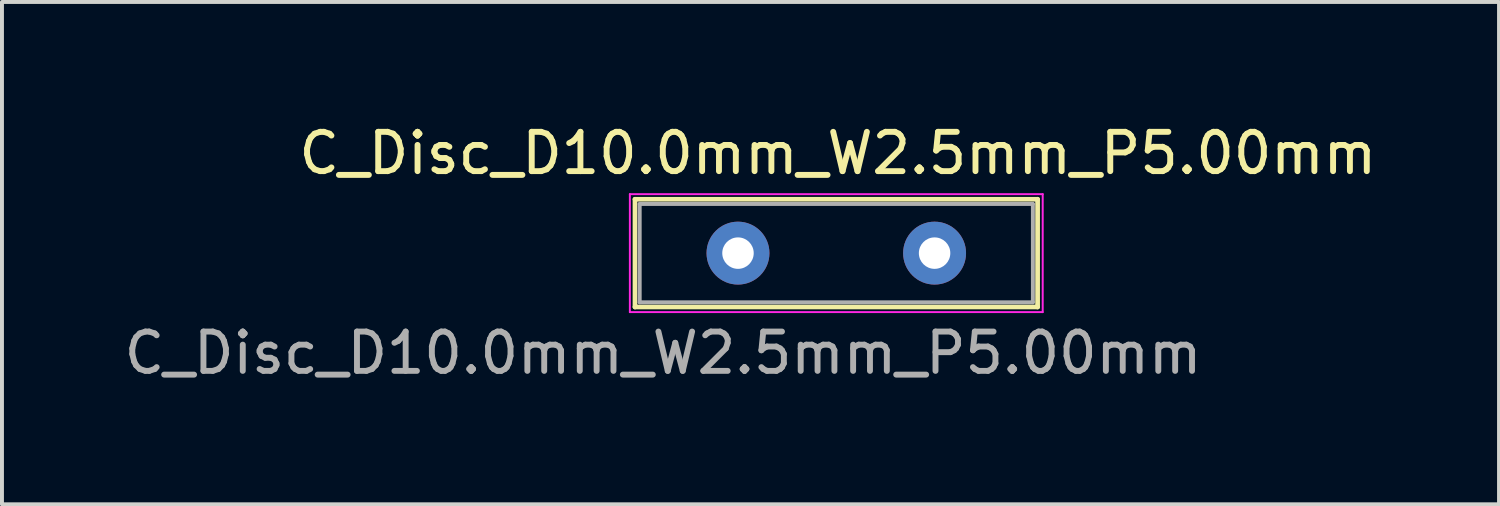
<source format=kicad_pcb>
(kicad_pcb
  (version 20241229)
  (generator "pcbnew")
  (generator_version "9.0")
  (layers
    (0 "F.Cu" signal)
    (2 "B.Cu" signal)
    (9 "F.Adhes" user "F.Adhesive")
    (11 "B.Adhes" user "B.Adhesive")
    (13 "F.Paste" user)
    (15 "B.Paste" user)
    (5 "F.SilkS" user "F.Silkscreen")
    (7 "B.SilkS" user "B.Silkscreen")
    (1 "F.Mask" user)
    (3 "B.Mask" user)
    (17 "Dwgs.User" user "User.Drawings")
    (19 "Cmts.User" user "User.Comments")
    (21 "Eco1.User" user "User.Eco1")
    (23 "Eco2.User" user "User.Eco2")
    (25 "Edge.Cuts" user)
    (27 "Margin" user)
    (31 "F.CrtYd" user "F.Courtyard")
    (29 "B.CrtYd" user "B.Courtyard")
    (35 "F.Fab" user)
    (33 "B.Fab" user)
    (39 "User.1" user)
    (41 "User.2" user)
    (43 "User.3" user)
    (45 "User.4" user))
  (footprint "C_Disc_D10.0mm_W2.5mm_P5.00mm"
    (layer "F.Cu")
    (at 15.72 3.388)
    (property "Reference" "C_Disc_D10.0mm_W2.5mm_P5.00mm" (at 2.54 -2.54 0) (layer "F.SilkS") (effects (font (size 1 1) (thickness 0.15))))
    (attr through_hole)
    (fp_line (start -2.62 -1.37) (end -2.62 1.37) (stroke (width 0.12) (type solid)) (layer "F.SilkS"))
    (fp_line (start -2.62 -1.37) (end 7.62 -1.37) (stroke (width 0.12) (type solid)) (layer "F.SilkS"))
    (fp_line (start -2.62 1.37) (end 7.62 1.37) (stroke (width 0.12) (type solid)) (layer "F.SilkS"))
    (fp_line (start 7.62 -1.37) (end 7.62 1.37) (stroke (width 0.12) (type solid)) (layer "F.SilkS"))
    (fp_line (start -2.75 -1.5) (end -2.75 1.5) (stroke (width 0.05) (type solid)) (layer "F.CrtYd"))
    (fp_line (start -2.75 1.5) (end 7.75 1.5) (stroke (width 0.05) (type solid)) (layer "F.CrtYd"))
    (fp_line (start 7.75 -1.5) (end -2.75 -1.5) (stroke (width 0.05) (type solid)) (layer "F.CrtYd"))
    (fp_line (start 7.75 1.5) (end 7.75 -1.5) (stroke (width 0.05) (type solid)) (layer "F.CrtYd"))
    (fp_line (start -2.5 -1.25) (end -2.5 1.25) (stroke (width 0.1) (type solid)) (layer "F.Fab"))
    (fp_line (start -2.5 1.25) (end 7.5 1.25) (stroke (width 0.1) (type solid)) (layer "F.Fab"))
    (fp_line (start 7.5 -1.25) (end -2.5 -1.25) (stroke (width 0.1) (type solid)) (layer "F.Fab"))
    (fp_line (start 7.5 1.25) (end 7.5 -1.25) (stroke (width 0.1) (type solid)) (layer "F.Fab"))
    (fp_text user "${REFERENCE}" (at -1.905 2.54 180) (layer "F.Fab") (effects (font (size 1 1) (thickness 0.15))))
    (pad "1" thru_hole circle (at 0 0) (size 1.6 1.6) (drill 0.8) (layers "*.Cu" "*.Mask"))
    (pad "2" thru_hole circle (at 5 0) (size 1.6 1.6) (drill 0.8) (layers "*.Cu" "*.Mask")))
  (gr_rect
    (start -3 -3)
    (end 35.076 9.777)
    (stroke (width 0.1) (type default))
    (fill no)
    (layer "Edge.Cuts")))
</source>
